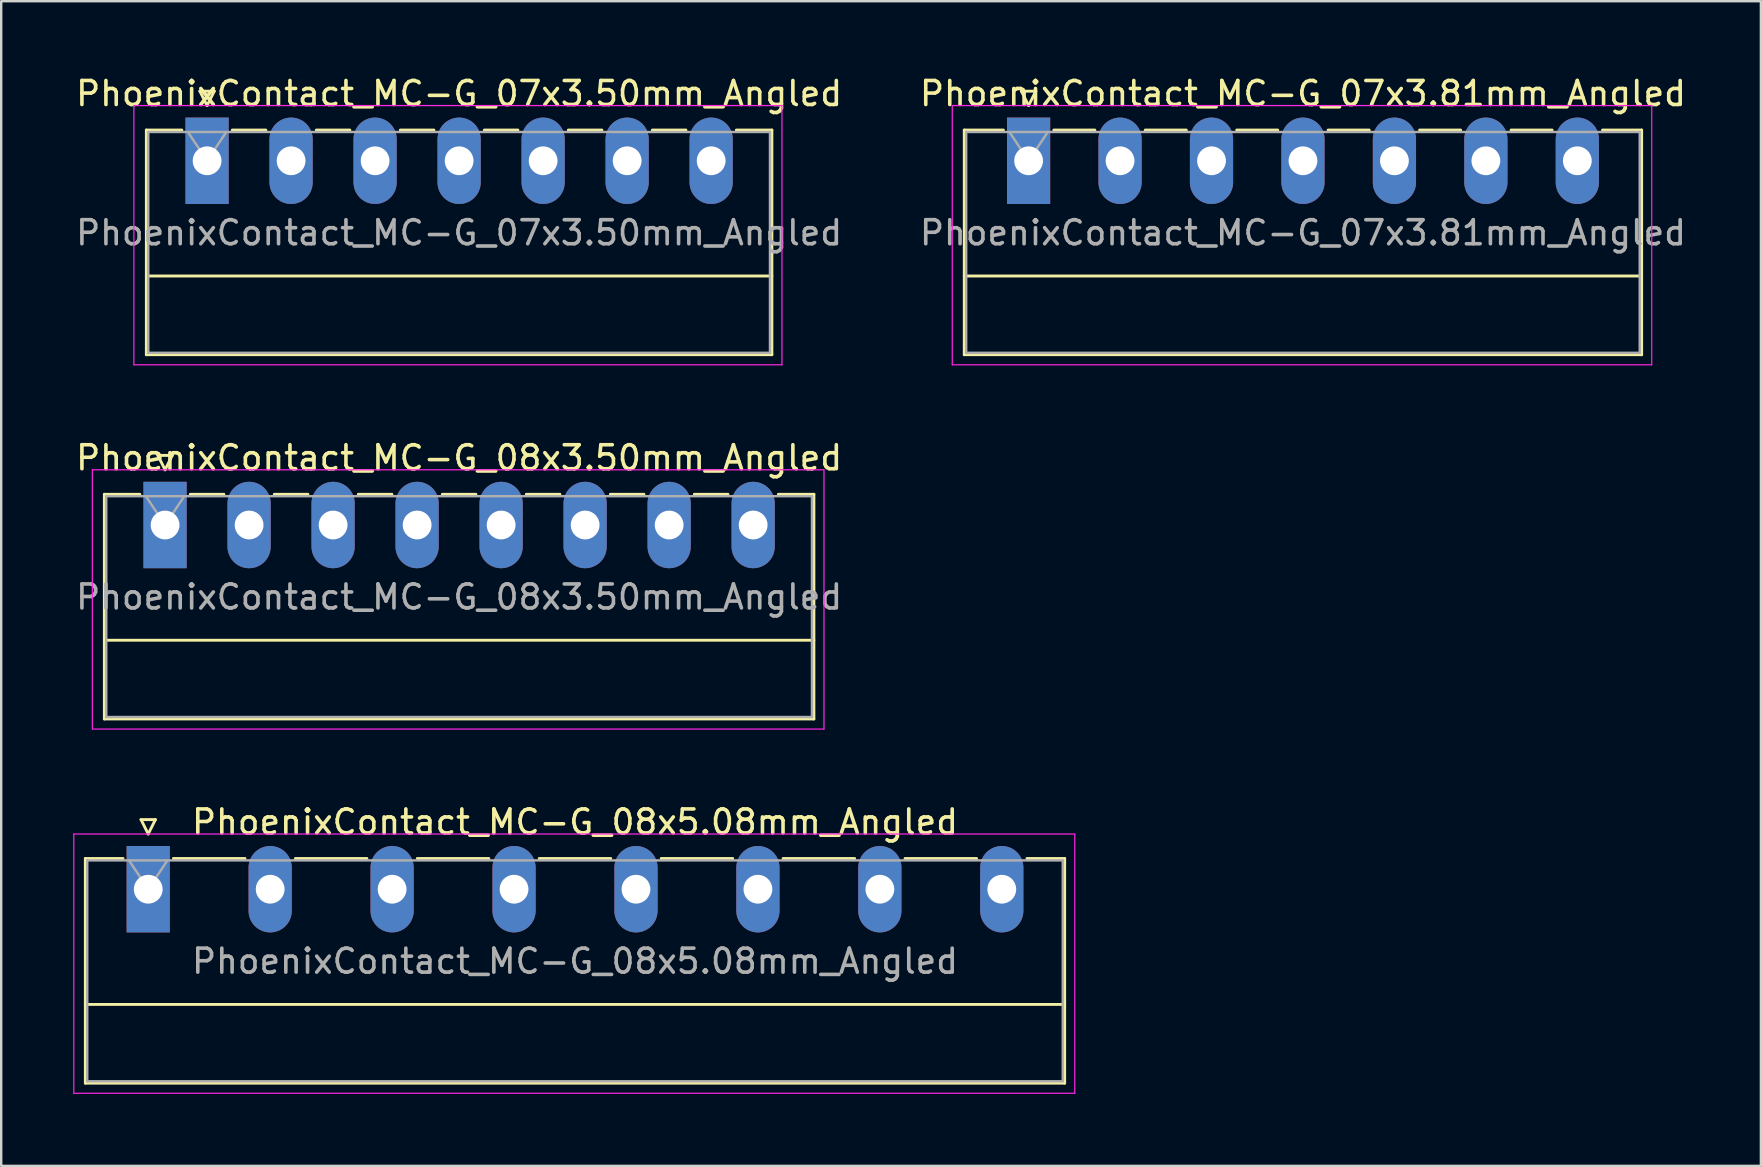
<source format=kicad_pcb>
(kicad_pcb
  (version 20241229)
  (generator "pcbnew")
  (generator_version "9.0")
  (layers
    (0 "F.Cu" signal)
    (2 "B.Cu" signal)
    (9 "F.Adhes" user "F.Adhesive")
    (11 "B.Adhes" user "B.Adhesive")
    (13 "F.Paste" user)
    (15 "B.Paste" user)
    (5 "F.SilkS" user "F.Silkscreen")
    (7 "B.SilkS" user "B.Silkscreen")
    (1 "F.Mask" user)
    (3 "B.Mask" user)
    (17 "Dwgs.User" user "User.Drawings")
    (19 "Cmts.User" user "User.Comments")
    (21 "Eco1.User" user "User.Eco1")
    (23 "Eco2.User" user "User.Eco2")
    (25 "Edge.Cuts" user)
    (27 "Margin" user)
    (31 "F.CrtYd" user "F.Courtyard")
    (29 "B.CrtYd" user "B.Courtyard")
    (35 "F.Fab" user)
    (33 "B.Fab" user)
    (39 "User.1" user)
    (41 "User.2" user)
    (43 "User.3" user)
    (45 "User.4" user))
  (footprint "PhoenixContact_MC-G_07x3.50mm_Angled"
    (layer "F.Cu")
    (at 5.577 3.648)
    (property "Reference" "PhoenixContact_MC-G_07x3.50mm_Angled" (at 10.5 -2.8 0) (layer "F.SilkS") (effects (font (size 1 1) (thickness 0.15))))
    (attr through_hole)
    (fp_line (start -2.53 -1.28) (end -2.53 8.08) (stroke (width 0.12) (type solid)) (layer "F.SilkS"))
    (fp_line (start -2.53 -1.28) (end -1.05 -1.28) (stroke (width 0.12) (type solid)) (layer "F.SilkS"))
    (fp_line (start -2.53 4.8) (end 23.53 4.8) (stroke (width 0.12) (type solid)) (layer "F.SilkS"))
    (fp_line (start -2.53 8.08) (end 23.53 8.08) (stroke (width 0.12) (type solid)) (layer "F.SilkS"))
    (fp_line (start -0.3 -2.9) (end 0.3 -2.9) (stroke (width 0.12) (type solid)) (layer "F.SilkS"))
    (fp_line (start 0 -2.3) (end -0.3 -2.9) (stroke (width 0.12) (type solid)) (layer "F.SilkS"))
    (fp_line (start 0.3 -2.9) (end 0 -2.3) (stroke (width 0.12) (type solid)) (layer "F.SilkS"))
    (fp_line (start 1.05 -1.28) (end 2.45 -1.28) (stroke (width 0.12) (type solid)) (layer "F.SilkS"))
    (fp_line (start 4.55 -1.28) (end 5.95 -1.28) (stroke (width 0.12) (type solid)) (layer "F.SilkS"))
    (fp_line (start 8.05 -1.28) (end 9.45 -1.28) (stroke (width 0.12) (type solid)) (layer "F.SilkS"))
    (fp_line (start 11.55 -1.28) (end 12.95 -1.28) (stroke (width 0.12) (type solid)) (layer "F.SilkS"))
    (fp_line (start 15.05 -1.28) (end 16.45 -1.28) (stroke (width 0.12) (type solid)) (layer "F.SilkS"))
    (fp_line (start 18.55 -1.28) (end 19.95 -1.28) (stroke (width 0.12) (type solid)) (layer "F.SilkS"))
    (fp_line (start 23.53 -1.28) (end 22.05 -1.28) (stroke (width 0.12) (type solid)) (layer "F.SilkS"))
    (fp_line (start 23.53 8.08) (end 23.53 -1.28) (stroke (width 0.12) (type solid)) (layer "F.SilkS"))
    (fp_line (start -3.05 -2.3) (end -3.05 8.5) (stroke (width 0.05) (type solid)) (layer "F.CrtYd"))
    (fp_line (start -3.05 8.5) (end 23.95 8.5) (stroke (width 0.05) (type solid)) (layer "F.CrtYd"))
    (fp_line (start 23.95 -2.3) (end -3.05 -2.3) (stroke (width 0.05) (type solid)) (layer "F.CrtYd"))
    (fp_line (start 23.95 8.5) (end 23.95 -2.3) (stroke (width 0.05) (type solid)) (layer "F.CrtYd"))
    (fp_line (start -2.45 -1.2) (end -2.45 8) (stroke (width 0.1) (type solid)) (layer "F.Fab"))
    (fp_line (start -2.45 8) (end 23.45 8) (stroke (width 0.1) (type solid)) (layer "F.Fab"))
    (fp_line (start 0 0) (end -0.8 -1.2) (stroke (width 0.1) (type solid)) (layer "F.Fab"))
    (fp_line (start 0.8 -1.2) (end 0 0) (stroke (width 0.1) (type solid)) (layer "F.Fab"))
    (fp_line (start 23.45 -1.2) (end -2.45 -1.2) (stroke (width 0.1) (type solid)) (layer "F.Fab"))
    (fp_line (start 23.45 8) (end 23.45 -1.2) (stroke (width 0.1) (type solid)) (layer "F.Fab"))
    (fp_text user "${REFERENCE}" (at 10.5 3 0) (layer "F.Fab") (effects (font (size 1 1) (thickness 0.15))))
    (pad "1" thru_hole rect (at 0 0) (size 1.8 3.6) (drill 1.2) (layers "*.Cu" "*.Mask"))
    (pad "2" thru_hole oval (at 3.5 0) (size 1.8 3.6) (drill 1.2) (layers "*.Cu" "*.Mask"))
    (pad "3" thru_hole oval (at 7 0) (size 1.8 3.6) (drill 1.2) (layers "*.Cu" "*.Mask"))
    (pad "4" thru_hole oval (at 10.5 0) (size 1.8 3.6) (drill 1.2) (layers "*.Cu" "*.Mask"))
    (pad "5" thru_hole oval (at 14 0) (size 1.8 3.6) (drill 1.2) (layers "*.Cu" "*.Mask"))
    (pad "6" thru_hole oval (at 17.5 0) (size 1.8 3.6) (drill 1.2) (layers "*.Cu" "*.Mask"))
    (pad "7" thru_hole oval (at 21 0) (size 1.8 3.6) (drill 1.2) (layers "*.Cu" "*.Mask")))
  (footprint "PhoenixContact_MC-G_08x5.08mm_Angled"
    (layer "F.Cu")
    (at 3.125 33.995)
    (property "Reference" "PhoenixContact_MC-G_08x5.08mm_Angled" (at 17.78 -2.8 0) (layer "F.SilkS") (effects (font (size 1 1) (thickness 0.15))))
    (attr through_hole)
    (fp_line (start -2.62 -1.28) (end -2.62 8.08) (stroke (width 0.12) (type solid)) (layer "F.SilkS"))
    (fp_line (start -2.62 -1.28) (end -1.05 -1.28) (stroke (width 0.12) (type solid)) (layer "F.SilkS"))
    (fp_line (start -2.62 4.8) (end 38.18 4.8) (stroke (width 0.12) (type solid)) (layer "F.SilkS"))
    (fp_line (start -2.62 8.08) (end 38.18 8.08) (stroke (width 0.12) (type solid)) (layer "F.SilkS"))
    (fp_line (start -0.3 -2.9) (end 0.3 -2.9) (stroke (width 0.12) (type solid)) (layer "F.SilkS"))
    (fp_line (start 0 -2.3) (end -0.3 -2.9) (stroke (width 0.12) (type solid)) (layer "F.SilkS"))
    (fp_line (start 0.3 -2.9) (end 0 -2.3) (stroke (width 0.12) (type solid)) (layer "F.SilkS"))
    (fp_line (start 1.05 -1.28) (end 4.03 -1.28) (stroke (width 0.12) (type solid)) (layer "F.SilkS"))
    (fp_line (start 6.13 -1.28) (end 9.11 -1.28) (stroke (width 0.12) (type solid)) (layer "F.SilkS"))
    (fp_line (start 11.21 -1.28) (end 14.19 -1.28) (stroke (width 0.12) (type solid)) (layer "F.SilkS"))
    (fp_line (start 16.29 -1.28) (end 19.27 -1.28) (stroke (width 0.12) (type solid)) (layer "F.SilkS"))
    (fp_line (start 21.37 -1.28) (end 24.35 -1.28) (stroke (width 0.12) (type solid)) (layer "F.SilkS"))
    (fp_line (start 26.45 -1.28) (end 29.43 -1.28) (stroke (width 0.12) (type solid)) (layer "F.SilkS"))
    (fp_line (start 31.53 -1.28) (end 34.51 -1.28) (stroke (width 0.12) (type solid)) (layer "F.SilkS"))
    (fp_line (start 38.18 -1.28) (end 36.61 -1.28) (stroke (width 0.12) (type solid)) (layer "F.SilkS"))
    (fp_line (start 38.18 8.08) (end 38.18 -1.28) (stroke (width 0.12) (type solid)) (layer "F.SilkS"))
    (fp_line (start -3.1 -2.3) (end -3.1 8.5) (stroke (width 0.05) (type solid)) (layer "F.CrtYd"))
    (fp_line (start -3.1 8.5) (end 38.6 8.5) (stroke (width 0.05) (type solid)) (layer "F.CrtYd"))
    (fp_line (start 38.6 -2.3) (end -3.1 -2.3) (stroke (width 0.05) (type solid)) (layer "F.CrtYd"))
    (fp_line (start 38.6 8.5) (end 38.6 -2.3) (stroke (width 0.05) (type solid)) (layer "F.CrtYd"))
    (fp_line (start -2.54 -1.2) (end -2.54 8) (stroke (width 0.1) (type solid)) (layer "F.Fab"))
    (fp_line (start -2.54 8) (end 38.1 8) (stroke (width 0.1) (type solid)) (layer "F.Fab"))
    (fp_line (start 0 0) (end -0.8 -1.2) (stroke (width 0.1) (type solid)) (layer "F.Fab"))
    (fp_line (start 0.8 -1.2) (end 0 0) (stroke (width 0.1) (type solid)) (layer "F.Fab"))
    (fp_line (start 38.1 -1.2) (end -2.54 -1.2) (stroke (width 0.1) (type solid)) (layer "F.Fab"))
    (fp_line (start 38.1 8) (end 38.1 -1.2) (stroke (width 0.1) (type solid)) (layer "F.Fab"))
    (fp_text user "${REFERENCE}" (at 17.78 3 0) (layer "F.Fab") (effects (font (size 1 1) (thickness 0.15))))
    (pad "1" thru_hole rect (at 0 0) (size 1.8 3.6) (drill 1.2) (layers "*.Cu" "*.Mask"))
    (pad "2" thru_hole oval (at 5.08 0) (size 1.8 3.6) (drill 1.2) (layers "*.Cu" "*.Mask"))
    (pad "3" thru_hole oval (at 10.16 0) (size 1.8 3.6) (drill 1.2) (layers "*.Cu" "*.Mask"))
    (pad "4" thru_hole oval (at 15.24 0) (size 1.8 3.6) (drill 1.2) (layers "*.Cu" "*.Mask"))
    (pad "5" thru_hole oval (at 20.32 0) (size 1.8 3.6) (drill 1.2) (layers "*.Cu" "*.Mask"))
    (pad "6" thru_hole oval (at 25.4 0) (size 1.8 3.6) (drill 1.2) (layers "*.Cu" "*.Mask"))
    (pad "7" thru_hole oval (at 30.48 0) (size 1.8 3.6) (drill 1.2) (layers "*.Cu" "*.Mask"))
    (pad "8" thru_hole oval (at 35.56 0) (size 1.8 3.6) (drill 1.2) (layers "*.Cu" "*.Mask")))
  (footprint "PhoenixContact_MC-G_08x3.50mm_Angled"
    (layer "F.Cu")
    (at 3.827 18.822)
    (property "Reference" "PhoenixContact_MC-G_08x3.50mm_Angled" (at 12.25 -2.8 0) (layer "F.SilkS") (effects (font (size 1 1) (thickness 0.15))))
    (attr through_hole)
    (fp_line (start -2.53 -1.28) (end -2.53 8.08) (stroke (width 0.12) (type solid)) (layer "F.SilkS"))
    (fp_line (start -2.53 -1.28) (end -1.05 -1.28) (stroke (width 0.12) (type solid)) (layer "F.SilkS"))
    (fp_line (start -2.53 4.8) (end 27.03 4.8) (stroke (width 0.12) (type solid)) (layer "F.SilkS"))
    (fp_line (start -2.53 8.08) (end 27.03 8.08) (stroke (width 0.12) (type solid)) (layer "F.SilkS"))
    (fp_line (start -0.3 -2.9) (end 0.3 -2.9) (stroke (width 0.12) (type solid)) (layer "F.SilkS"))
    (fp_line (start 0 -2.3) (end -0.3 -2.9) (stroke (width 0.12) (type solid)) (layer "F.SilkS"))
    (fp_line (start 0.3 -2.9) (end 0 -2.3) (stroke (width 0.12) (type solid)) (layer "F.SilkS"))
    (fp_line (start 1.05 -1.28) (end 2.45 -1.28) (stroke (width 0.12) (type solid)) (layer "F.SilkS"))
    (fp_line (start 4.55 -1.28) (end 5.95 -1.28) (stroke (width 0.12) (type solid)) (layer "F.SilkS"))
    (fp_line (start 8.05 -1.28) (end 9.45 -1.28) (stroke (width 0.12) (type solid)) (layer "F.SilkS"))
    (fp_line (start 11.55 -1.28) (end 12.95 -1.28) (stroke (width 0.12) (type solid)) (layer "F.SilkS"))
    (fp_line (start 15.05 -1.28) (end 16.45 -1.28) (stroke (width 0.12) (type solid)) (layer "F.SilkS"))
    (fp_line (start 18.55 -1.28) (end 19.95 -1.28) (stroke (width 0.12) (type solid)) (layer "F.SilkS"))
    (fp_line (start 22.05 -1.28) (end 23.45 -1.28) (stroke (width 0.12) (type solid)) (layer "F.SilkS"))
    (fp_line (start 27.03 -1.28) (end 25.55 -1.28) (stroke (width 0.12) (type solid)) (layer "F.SilkS"))
    (fp_line (start 27.03 8.08) (end 27.03 -1.28) (stroke (width 0.12) (type solid)) (layer "F.SilkS"))
    (fp_line (start -3.03 -2.3) (end -3.03 8.5) (stroke (width 0.05) (type solid)) (layer "F.CrtYd"))
    (fp_line (start -3.03 8.5) (end 27.45 8.5) (stroke (width 0.05) (type solid)) (layer "F.CrtYd"))
    (fp_line (start 27.45 -2.3) (end -3.03 -2.3) (stroke (width 0.05) (type solid)) (layer "F.CrtYd"))
    (fp_line (start 27.45 8.5) (end 27.45 -2.3) (stroke (width 0.05) (type solid)) (layer "F.CrtYd"))
    (fp_line (start -2.45 -1.2) (end -2.45 8) (stroke (width 0.1) (type solid)) (layer "F.Fab"))
    (fp_line (start -2.45 8) (end 26.95 8) (stroke (width 0.1) (type solid)) (layer "F.Fab"))
    (fp_line (start 0 0) (end -0.8 -1.2) (stroke (width 0.1) (type solid)) (layer "F.Fab"))
    (fp_line (start 0.8 -1.2) (end 0 0) (stroke (width 0.1) (type solid)) (layer "F.Fab"))
    (fp_line (start 26.95 -1.2) (end -2.45 -1.2) (stroke (width 0.1) (type solid)) (layer "F.Fab"))
    (fp_line (start 26.95 8) (end 26.95 -1.2) (stroke (width 0.1) (type solid)) (layer "F.Fab"))
    (fp_text user "${REFERENCE}" (at 12.25 3 0) (layer "F.Fab") (effects (font (size 1 1) (thickness 0.15))))
    (pad "1" thru_hole rect (at 0 0) (size 1.8 3.6) (drill 1.2) (layers "*.Cu" "*.Mask"))
    (pad "2" thru_hole oval (at 3.5 0) (size 1.8 3.6) (drill 1.2) (layers "*.Cu" "*.Mask"))
    (pad "3" thru_hole oval (at 7 0) (size 1.8 3.6) (drill 1.2) (layers "*.Cu" "*.Mask"))
    (pad "4" thru_hole oval (at 10.5 0) (size 1.8 3.6) (drill 1.2) (layers "*.Cu" "*.Mask"))
    (pad "5" thru_hole oval (at 14 0) (size 1.8 3.6) (drill 1.2) (layers "*.Cu" "*.Mask"))
    (pad "6" thru_hole oval (at 17.5 0) (size 1.8 3.6) (drill 1.2) (layers "*.Cu" "*.Mask"))
    (pad "7" thru_hole oval (at 21 0) (size 1.8 3.6) (drill 1.2) (layers "*.Cu" "*.Mask"))
    (pad "8" thru_hole oval (at 24.5 0) (size 1.8 3.6) (drill 1.2) (layers "*.Cu" "*.Mask")))
  (footprint "PhoenixContact_MC-G_07x3.81mm_Angled"
    (layer "F.Cu")
    (at 39.802 3.648)
    (property "Reference" "PhoenixContact_MC-G_07x3.81mm_Angled" (at 11.43 -2.8 0) (layer "F.SilkS") (effects (font (size 1 1) (thickness 0.15))))
    (attr through_hole)
    (fp_line (start -2.68 -1.28) (end -2.68 8.08) (stroke (width 0.12) (type solid)) (layer "F.SilkS"))
    (fp_line (start -2.68 -1.28) (end -1.05 -1.28) (stroke (width 0.12) (type solid)) (layer "F.SilkS"))
    (fp_line (start -2.68 4.8) (end 25.54 4.8) (stroke (width 0.12) (type solid)) (layer "F.SilkS"))
    (fp_line (start -2.68 8.08) (end 25.54 8.08) (stroke (width 0.12) (type solid)) (layer "F.SilkS"))
    (fp_line (start -0.3 -2.9) (end 0.3 -2.9) (stroke (width 0.12) (type solid)) (layer "F.SilkS"))
    (fp_line (start 0 -2.3) (end -0.3 -2.9) (stroke (width 0.12) (type solid)) (layer "F.SilkS"))
    (fp_line (start 0.3 -2.9) (end 0 -2.3) (stroke (width 0.12) (type solid)) (layer "F.SilkS"))
    (fp_line (start 1.05 -1.28) (end 2.76 -1.28) (stroke (width 0.12) (type solid)) (layer "F.SilkS"))
    (fp_line (start 4.86 -1.28) (end 6.57 -1.28) (stroke (width 0.12) (type solid)) (layer "F.SilkS"))
    (fp_line (start 8.67 -1.28) (end 10.38 -1.28) (stroke (width 0.12) (type solid)) (layer "F.SilkS"))
    (fp_line (start 12.48 -1.28) (end 14.19 -1.28) (stroke (width 0.12) (type solid)) (layer "F.SilkS"))
    (fp_line (start 16.29 -1.28) (end 18 -1.28) (stroke (width 0.12) (type solid)) (layer "F.SilkS"))
    (fp_line (start 20.1 -1.28) (end 21.81 -1.28) (stroke (width 0.12) (type solid)) (layer "F.SilkS"))
    (fp_line (start 25.54 -1.28) (end 23.91 -1.28) (stroke (width 0.12) (type solid)) (layer "F.SilkS"))
    (fp_line (start 25.54 8.08) (end 25.54 -1.28) (stroke (width 0.12) (type solid)) (layer "F.SilkS"))
    (fp_line (start -3.18 -2.3) (end -3.18 8.5) (stroke (width 0.05) (type solid)) (layer "F.CrtYd"))
    (fp_line (start -3.18 8.5) (end 25.96 8.5) (stroke (width 0.05) (type solid)) (layer "F.CrtYd"))
    (fp_line (start 25.96 -2.3) (end -3.18 -2.3) (stroke (width 0.05) (type solid)) (layer "F.CrtYd"))
    (fp_line (start 25.96 8.5) (end 25.96 -2.3) (stroke (width 0.05) (type solid)) (layer "F.CrtYd"))
    (fp_line (start -2.6 -1.2) (end -2.6 8) (stroke (width 0.1) (type solid)) (layer "F.Fab"))
    (fp_line (start -2.6 8) (end 25.46 8) (stroke (width 0.1) (type solid)) (layer "F.Fab"))
    (fp_line (start 0 0) (end -0.8 -1.2) (stroke (width 0.1) (type solid)) (layer "F.Fab"))
    (fp_line (start 0.8 -1.2) (end 0 0) (stroke (width 0.1) (type solid)) (layer "F.Fab"))
    (fp_line (start 25.46 -1.2) (end -2.6 -1.2) (stroke (width 0.1) (type solid)) (layer "F.Fab"))
    (fp_line (start 25.46 8) (end 25.46 -1.2) (stroke (width 0.1) (type solid)) (layer "F.Fab"))
    (fp_text user "${REFERENCE}" (at 11.43 3 0) (layer "F.Fab") (effects (font (size 1 1) (thickness 0.15))))
    (pad "1" thru_hole rect (at 0 0) (size 1.8 3.6) (drill 1.2) (layers "*.Cu" "*.Mask"))
    (pad "2" thru_hole oval (at 3.81 0) (size 1.8 3.6) (drill 1.2) (layers "*.Cu" "*.Mask"))
    (pad "3" thru_hole oval (at 7.62 0) (size 1.8 3.6) (drill 1.2) (layers "*.Cu" "*.Mask"))
    (pad "4" thru_hole oval (at 11.43 0) (size 1.8 3.6) (drill 1.2) (layers "*.Cu" "*.Mask"))
    (pad "5" thru_hole oval (at 15.24 0) (size 1.8 3.6) (drill 1.2) (layers "*.Cu" "*.Mask"))
    (pad "6" thru_hole oval (at 19.05 0) (size 1.8 3.6) (drill 1.2) (layers "*.Cu" "*.Mask"))
    (pad "7" thru_hole oval (at 22.86 0) (size 1.8 3.6) (drill 1.2) (layers "*.Cu" "*.Mask")))
  (gr_rect
    (start -3 -3)
    (end 70.31 45.52)
    (stroke (width 0.1) (type default))
    (fill no)
    (layer "Edge.Cuts")))
</source>
